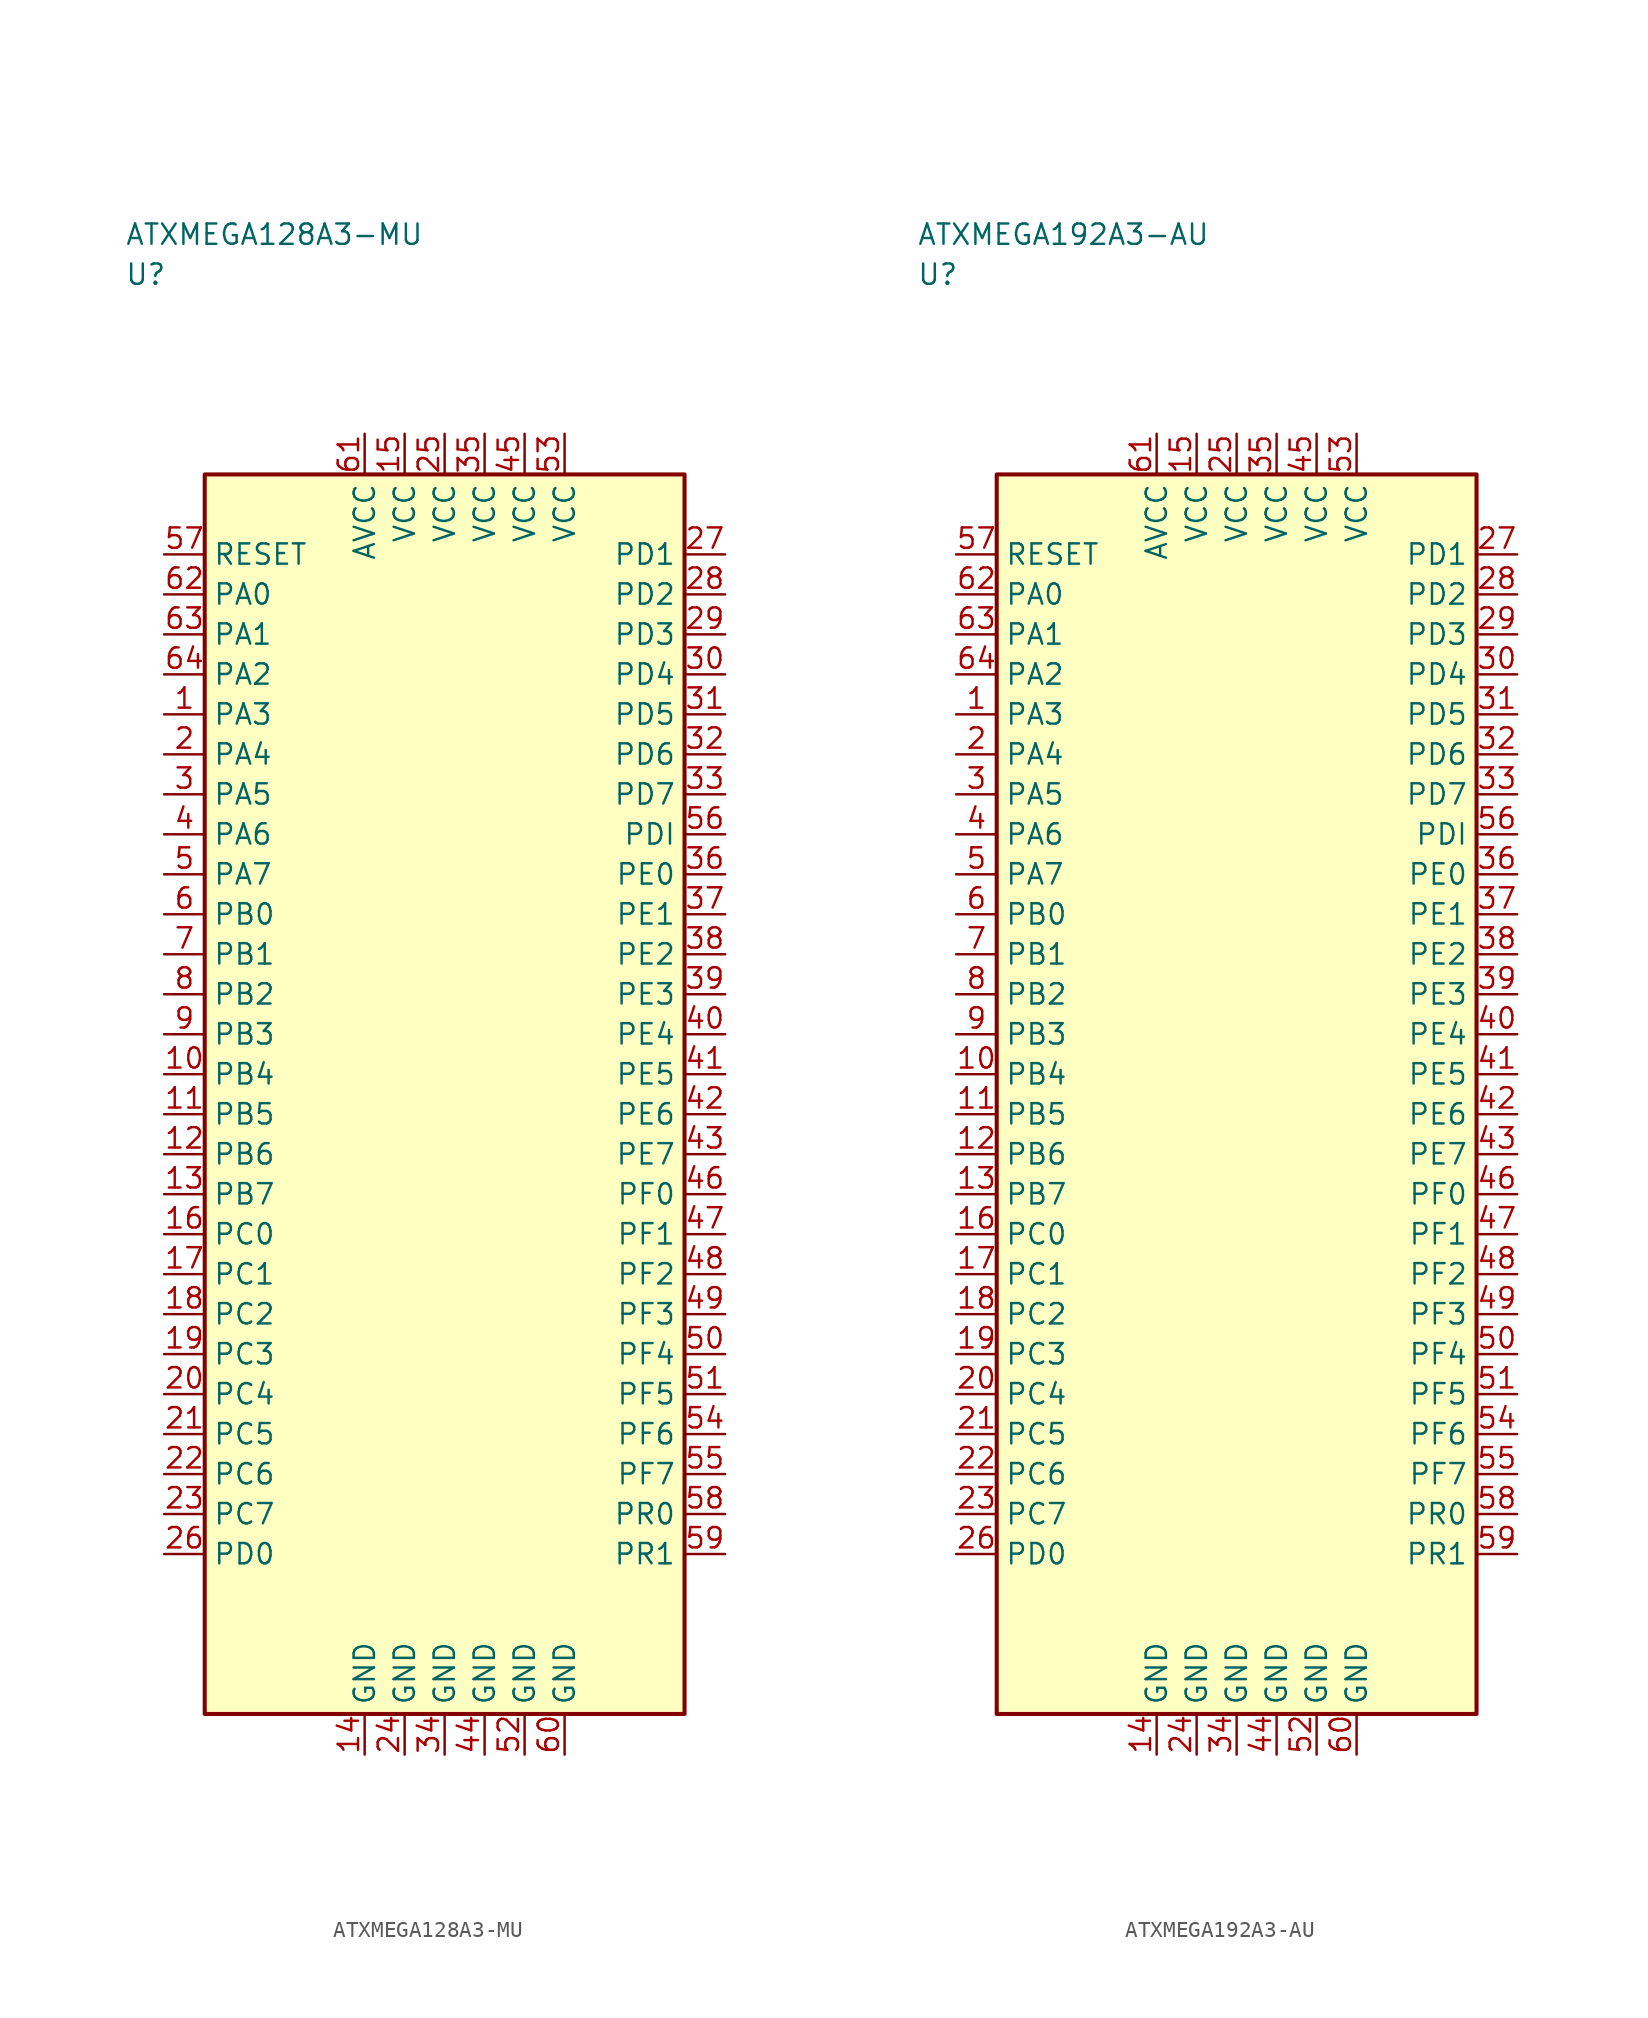
<source format=kicad_sym>
(kicad_symbol_lib
  (version 20241025)
  (generator "kicad_symbol_editor")
  (generator_version "8.0")
  (symbol "ATXMEGA128A3-MU"
    (property "Reference" "U"
      (at -20.0 51.25 0)
      (effects (font (size 1.27 1.27)) (justify left)))
    (property "Value" "ATXMEGA128A3-MU"
      (at -20.0 53.75 0)
      (effects (font (size 1.27 1.27)) (justify left)))
    (symbol "ATXMEGA128A3-MU_0_1"
      (rectangle (start -15.0 38.75) (end 15.0 -38.75) (stroke (width 0.254) (type default)) (fill (type background))))
    (symbol "ATXMEGA128A3-MU_1_1"
      (pin bidirectional line (at -17.54 23.75 0.0) (length 2.54) (name "PA3" (effects (font (size 1.27 1.27)))) (number "1" (effects (font (size 1.27 1.27)))))
      (pin bidirectional line (at -17.54 21.25 0.0) (length 2.54) (name "PA4" (effects (font (size 1.27 1.27)))) (number "2" (effects (font (size 1.27 1.27)))))
      (pin bidirectional line (at -17.54 18.75 0.0) (length 2.54) (name "PA5" (effects (font (size 1.27 1.27)))) (number "3" (effects (font (size 1.27 1.27)))))
      (pin bidirectional line (at -17.54 16.25 0.0) (length 2.54) (name "PA6" (effects (font (size 1.27 1.27)))) (number "4" (effects (font (size 1.27 1.27)))))
      (pin bidirectional line (at -17.54 13.75 0.0) (length 2.54) (name "PA7" (effects (font (size 1.27 1.27)))) (number "5" (effects (font (size 1.27 1.27)))))
      (pin bidirectional line (at -17.54 11.25 0.0) (length 2.54) (name "PB0" (effects (font (size 1.27 1.27)))) (number "6" (effects (font (size 1.27 1.27)))))
      (pin bidirectional line (at -17.54 8.75 0.0) (length 2.54) (name "PB1" (effects (font (size 1.27 1.27)))) (number "7" (effects (font (size 1.27 1.27)))))
      (pin bidirectional line (at -17.54 6.25 0.0) (length 2.54) (name "PB2" (effects (font (size 1.27 1.27)))) (number "8" (effects (font (size 1.27 1.27)))))
      (pin bidirectional line (at -17.54 3.75 0.0) (length 2.54) (name "PB3" (effects (font (size 1.27 1.27)))) (number "9" (effects (font (size 1.27 1.27)))))
      (pin bidirectional line (at -17.54 1.25 0.0) (length 2.54) (name "PB4" (effects (font (size 1.27 1.27)))) (number "10" (effects (font (size 1.27 1.27)))))
      (pin bidirectional line (at -17.54 -1.25 0.0) (length 2.54) (name "PB5" (effects (font (size 1.27 1.27)))) (number "11" (effects (font (size 1.27 1.27)))))
      (pin bidirectional line (at -17.54 -3.75 0.0) (length 2.54) (name "PB6" (effects (font (size 1.27 1.27)))) (number "12" (effects (font (size 1.27 1.27)))))
      (pin bidirectional line (at -17.54 -6.25 0.0) (length 2.54) (name "PB7" (effects (font (size 1.27 1.27)))) (number "13" (effects (font (size 1.27 1.27)))))
      (pin passive line (at -5.0 -41.29 90.0) (length 2.54) (name "GND" (effects (font (size 1.27 1.27)))) (number "14" (effects (font (size 1.27 1.27)))))
      (pin power_in line (at -2.5 41.29 270.0) (length 2.54) (name "VCC" (effects (font (size 1.27 1.27)))) (number "15" (effects (font (size 1.27 1.27)))))
      (pin bidirectional line (at -17.54 -8.75 0.0) (length 2.54) (name "PC0" (effects (font (size 1.27 1.27)))) (number "16" (effects (font (size 1.27 1.27)))))
      (pin bidirectional line (at -17.54 -11.25 0.0) (length 2.54) (name "PC1" (effects (font (size 1.27 1.27)))) (number "17" (effects (font (size 1.27 1.27)))))
      (pin bidirectional line (at -17.54 -13.75 0.0) (length 2.54) (name "PC2" (effects (font (size 1.27 1.27)))) (number "18" (effects (font (size 1.27 1.27)))))
      (pin bidirectional line (at -17.54 -16.25 0.0) (length 2.54) (name "PC3" (effects (font (size 1.27 1.27)))) (number "19" (effects (font (size 1.27 1.27)))))
      (pin bidirectional line (at -17.54 -18.75 0.0) (length 2.54) (name "PC4" (effects (font (size 1.27 1.27)))) (number "20" (effects (font (size 1.27 1.27)))))
      (pin bidirectional line (at -17.54 -21.25 0.0) (length 2.54) (name "PC5" (effects (font (size 1.27 1.27)))) (number "21" (effects (font (size 1.27 1.27)))))
      (pin bidirectional line (at -17.54 -23.75 0.0) (length 2.54) (name "PC6" (effects (font (size 1.27 1.27)))) (number "22" (effects (font (size 1.27 1.27)))))
      (pin bidirectional line (at -17.54 -26.25 0.0) (length 2.54) (name "PC7" (effects (font (size 1.27 1.27)))) (number "23" (effects (font (size 1.27 1.27)))))
      (pin passive line (at -2.5 -41.29 90.0) (length 2.54) (name "GND" (effects (font (size 1.27 1.27)))) (number "24" (effects (font (size 1.27 1.27)))))
      (pin power_in line (at 0.0 41.29 270.0) (length 2.54) (name "VCC" (effects (font (size 1.27 1.27)))) (number "25" (effects (font (size 1.27 1.27)))))
      (pin bidirectional line (at -17.54 -28.75 0.0) (length 2.54) (name "PD0" (effects (font (size 1.27 1.27)))) (number "26" (effects (font (size 1.27 1.27)))))
      (pin bidirectional line (at 17.54 33.75 180.0) (length 2.54) (name "PD1" (effects (font (size 1.27 1.27)))) (number "27" (effects (font (size 1.27 1.27)))))
      (pin bidirectional line (at 17.54 31.25 180.0) (length 2.54) (name "PD2" (effects (font (size 1.27 1.27)))) (number "28" (effects (font (size 1.27 1.27)))))
      (pin bidirectional line (at 17.54 28.75 180.0) (length 2.54) (name "PD3" (effects (font (size 1.27 1.27)))) (number "29" (effects (font (size 1.27 1.27)))))
      (pin bidirectional line (at 17.54 26.25 180.0) (length 2.54) (name "PD4" (effects (font (size 1.27 1.27)))) (number "30" (effects (font (size 1.27 1.27)))))
      (pin bidirectional line (at 17.54 23.75 180.0) (length 2.54) (name "PD5" (effects (font (size 1.27 1.27)))) (number "31" (effects (font (size 1.27 1.27)))))
      (pin bidirectional line (at 17.54 21.25 180.0) (length 2.54) (name "PD6" (effects (font (size 1.27 1.27)))) (number "32" (effects (font (size 1.27 1.27)))))
      (pin bidirectional line (at 17.54 18.75 180.0) (length 2.54) (name "PD7" (effects (font (size 1.27 1.27)))) (number "33" (effects (font (size 1.27 1.27)))))
      (pin passive line (at 0.0 -41.29 90.0) (length 2.54) (name "GND" (effects (font (size 1.27 1.27)))) (number "34" (effects (font (size 1.27 1.27)))))
      (pin power_in line (at 2.5 41.29 270.0) (length 2.54) (name "VCC" (effects (font (size 1.27 1.27)))) (number "35" (effects (font (size 1.27 1.27)))))
      (pin bidirectional line (at 17.54 13.75 180.0) (length 2.54) (name "PE0" (effects (font (size 1.27 1.27)))) (number "36" (effects (font (size 1.27 1.27)))))
      (pin bidirectional line (at 17.54 11.25 180.0) (length 2.54) (name "PE1" (effects (font (size 1.27 1.27)))) (number "37" (effects (font (size 1.27 1.27)))))
      (pin bidirectional line (at 17.54 8.75 180.0) (length 2.54) (name "PE2" (effects (font (size 1.27 1.27)))) (number "38" (effects (font (size 1.27 1.27)))))
      (pin bidirectional line (at 17.54 6.25 180.0) (length 2.54) (name "PE3" (effects (font (size 1.27 1.27)))) (number "39" (effects (font (size 1.27 1.27)))))
      (pin bidirectional line (at 17.54 3.75 180.0) (length 2.54) (name "PE4" (effects (font (size 1.27 1.27)))) (number "40" (effects (font (size 1.27 1.27)))))
      (pin bidirectional line (at 17.54 1.25 180.0) (length 2.54) (name "PE5" (effects (font (size 1.27 1.27)))) (number "41" (effects (font (size 1.27 1.27)))))
      (pin bidirectional line (at 17.54 -1.25 180.0) (length 2.54) (name "PE6" (effects (font (size 1.27 1.27)))) (number "42" (effects (font (size 1.27 1.27)))))
      (pin bidirectional line (at 17.54 -3.75 180.0) (length 2.54) (name "PE7" (effects (font (size 1.27 1.27)))) (number "43" (effects (font (size 1.27 1.27)))))
      (pin passive line (at 2.5 -41.29 90.0) (length 2.54) (name "GND" (effects (font (size 1.27 1.27)))) (number "44" (effects (font (size 1.27 1.27)))))
      (pin power_in line (at 5.0 41.29 270.0) (length 2.54) (name "VCC" (effects (font (size 1.27 1.27)))) (number "45" (effects (font (size 1.27 1.27)))))
      (pin bidirectional line (at 17.54 -6.25 180.0) (length 2.54) (name "PF0" (effects (font (size 1.27 1.27)))) (number "46" (effects (font (size 1.27 1.27)))))
      (pin bidirectional line (at 17.54 -8.75 180.0) (length 2.54) (name "PF1" (effects (font (size 1.27 1.27)))) (number "47" (effects (font (size 1.27 1.27)))))
      (pin bidirectional line (at 17.54 -11.25 180.0) (length 2.54) (name "PF2" (effects (font (size 1.27 1.27)))) (number "48" (effects (font (size 1.27 1.27)))))
      (pin bidirectional line (at 17.54 -13.75 180.0) (length 2.54) (name "PF3" (effects (font (size 1.27 1.27)))) (number "49" (effects (font (size 1.27 1.27)))))
      (pin bidirectional line (at 17.54 -16.25 180.0) (length 2.54) (name "PF4" (effects (font (size 1.27 1.27)))) (number "50" (effects (font (size 1.27 1.27)))))
      (pin bidirectional line (at 17.54 -18.75 180.0) (length 2.54) (name "PF5" (effects (font (size 1.27 1.27)))) (number "51" (effects (font (size 1.27 1.27)))))
      (pin passive line (at 5.0 -41.29 90.0) (length 2.54) (name "GND" (effects (font (size 1.27 1.27)))) (number "52" (effects (font (size 1.27 1.27)))))
      (pin power_in line (at 7.5 41.29 270.0) (length 2.54) (name "VCC" (effects (font (size 1.27 1.27)))) (number "53" (effects (font (size 1.27 1.27)))))
      (pin bidirectional line (at 17.54 -21.25 180.0) (length 2.54) (name "PF6" (effects (font (size 1.27 1.27)))) (number "54" (effects (font (size 1.27 1.27)))))
      (pin bidirectional line (at 17.54 -23.75 180.0) (length 2.54) (name "PF7" (effects (font (size 1.27 1.27)))) (number "55" (effects (font (size 1.27 1.27)))))
      (pin bidirectional line (at 17.54 16.25 180.0) (length 2.54) (name "PDI" (effects (font (size 1.27 1.27)))) (number "56" (effects (font (size 1.27 1.27)))))
      (pin input line (at -17.54 33.75 0.0) (length 2.54) (name "RESET" (effects (font (size 1.27 1.27)))) (number "57" (effects (font (size 1.27 1.27)))))
      (pin bidirectional line (at 17.54 -26.25 180.0) (length 2.54) (name "PR0" (effects (font (size 1.27 1.27)))) (number "58" (effects (font (size 1.27 1.27)))))
      (pin bidirectional line (at 17.54 -28.75 180.0) (length 2.54) (name "PR1" (effects (font (size 1.27 1.27)))) (number "59" (effects (font (size 1.27 1.27)))))
      (pin passive line (at 7.5 -41.29 90.0) (length 2.54) (name "GND" (effects (font (size 1.27 1.27)))) (number "60" (effects (font (size 1.27 1.27)))))
      (pin power_in line (at -5.0 41.29 270.0) (length 2.54) (name "AVCC" (effects (font (size 1.27 1.27)))) (number "61" (effects (font (size 1.27 1.27)))))
      (pin bidirectional line (at -17.54 31.25 0.0) (length 2.54) (name "PA0" (effects (font (size 1.27 1.27)))) (number "62" (effects (font (size 1.27 1.27)))))
      (pin bidirectional line (at -17.54 28.75 0.0) (length 2.54) (name "PA1" (effects (font (size 1.27 1.27)))) (number "63" (effects (font (size 1.27 1.27)))))
      (pin bidirectional line (at -17.54 26.25 0.0) (length 2.54) (name "PA2" (effects (font (size 1.27 1.27)))) (number "64" (effects (font (size 1.27 1.27)))))))
  (symbol "ATXMEGA192A3-AU"
    (property "Reference" "U"
      (at -20.0 51.25 0)
      (effects (font (size 1.27 1.27)) (justify left)))
    (property "Value" "ATXMEGA192A3-AU"
      (at -20.0 53.75 0)
      (effects (font (size 1.27 1.27)) (justify left)))
    (symbol "ATXMEGA192A3-AU_0_1"
      (rectangle (start -15.0 38.75) (end 15.0 -38.75) (stroke (width 0.254) (type default)) (fill (type background))))
    (symbol "ATXMEGA192A3-AU_1_1"
      (pin bidirectional line (at -17.54 23.75 0.0) (length 2.54) (name "PA3" (effects (font (size 1.27 1.27)))) (number "1" (effects (font (size 1.27 1.27)))))
      (pin bidirectional line (at -17.54 21.25 0.0) (length 2.54) (name "PA4" (effects (font (size 1.27 1.27)))) (number "2" (effects (font (size 1.27 1.27)))))
      (pin bidirectional line (at -17.54 18.75 0.0) (length 2.54) (name "PA5" (effects (font (size 1.27 1.27)))) (number "3" (effects (font (size 1.27 1.27)))))
      (pin bidirectional line (at -17.54 16.25 0.0) (length 2.54) (name "PA6" (effects (font (size 1.27 1.27)))) (number "4" (effects (font (size 1.27 1.27)))))
      (pin bidirectional line (at -17.54 13.75 0.0) (length 2.54) (name "PA7" (effects (font (size 1.27 1.27)))) (number "5" (effects (font (size 1.27 1.27)))))
      (pin bidirectional line (at -17.54 11.25 0.0) (length 2.54) (name "PB0" (effects (font (size 1.27 1.27)))) (number "6" (effects (font (size 1.27 1.27)))))
      (pin bidirectional line (at -17.54 8.75 0.0) (length 2.54) (name "PB1" (effects (font (size 1.27 1.27)))) (number "7" (effects (font (size 1.27 1.27)))))
      (pin bidirectional line (at -17.54 6.25 0.0) (length 2.54) (name "PB2" (effects (font (size 1.27 1.27)))) (number "8" (effects (font (size 1.27 1.27)))))
      (pin bidirectional line (at -17.54 3.75 0.0) (length 2.54) (name "PB3" (effects (font (size 1.27 1.27)))) (number "9" (effects (font (size 1.27 1.27)))))
      (pin bidirectional line (at -17.54 1.25 0.0) (length 2.54) (name "PB4" (effects (font (size 1.27 1.27)))) (number "10" (effects (font (size 1.27 1.27)))))
      (pin bidirectional line (at -17.54 -1.25 0.0) (length 2.54) (name "PB5" (effects (font (size 1.27 1.27)))) (number "11" (effects (font (size 1.27 1.27)))))
      (pin bidirectional line (at -17.54 -3.75 0.0) (length 2.54) (name "PB6" (effects (font (size 1.27 1.27)))) (number "12" (effects (font (size 1.27 1.27)))))
      (pin bidirectional line (at -17.54 -6.25 0.0) (length 2.54) (name "PB7" (effects (font (size 1.27 1.27)))) (number "13" (effects (font (size 1.27 1.27)))))
      (pin passive line (at -5.0 -41.29 90.0) (length 2.54) (name "GND" (effects (font (size 1.27 1.27)))) (number "14" (effects (font (size 1.27 1.27)))))
      (pin power_in line (at -2.5 41.29 270.0) (length 2.54) (name "VCC" (effects (font (size 1.27 1.27)))) (number "15" (effects (font (size 1.27 1.27)))))
      (pin bidirectional line (at -17.54 -8.75 0.0) (length 2.54) (name "PC0" (effects (font (size 1.27 1.27)))) (number "16" (effects (font (size 1.27 1.27)))))
      (pin bidirectional line (at -17.54 -11.25 0.0) (length 2.54) (name "PC1" (effects (font (size 1.27 1.27)))) (number "17" (effects (font (size 1.27 1.27)))))
      (pin bidirectional line (at -17.54 -13.75 0.0) (length 2.54) (name "PC2" (effects (font (size 1.27 1.27)))) (number "18" (effects (font (size 1.27 1.27)))))
      (pin bidirectional line (at -17.54 -16.25 0.0) (length 2.54) (name "PC3" (effects (font (size 1.27 1.27)))) (number "19" (effects (font (size 1.27 1.27)))))
      (pin bidirectional line (at -17.54 -18.75 0.0) (length 2.54) (name "PC4" (effects (font (size 1.27 1.27)))) (number "20" (effects (font (size 1.27 1.27)))))
      (pin bidirectional line (at -17.54 -21.25 0.0) (length 2.54) (name "PC5" (effects (font (size 1.27 1.27)))) (number "21" (effects (font (size 1.27 1.27)))))
      (pin bidirectional line (at -17.54 -23.75 0.0) (length 2.54) (name "PC6" (effects (font (size 1.27 1.27)))) (number "22" (effects (font (size 1.27 1.27)))))
      (pin bidirectional line (at -17.54 -26.25 0.0) (length 2.54) (name "PC7" (effects (font (size 1.27 1.27)))) (number "23" (effects (font (size 1.27 1.27)))))
      (pin passive line (at -2.5 -41.29 90.0) (length 2.54) (name "GND" (effects (font (size 1.27 1.27)))) (number "24" (effects (font (size 1.27 1.27)))))
      (pin power_in line (at 0.0 41.29 270.0) (length 2.54) (name "VCC" (effects (font (size 1.27 1.27)))) (number "25" (effects (font (size 1.27 1.27)))))
      (pin bidirectional line (at -17.54 -28.75 0.0) (length 2.54) (name "PD0" (effects (font (size 1.27 1.27)))) (number "26" (effects (font (size 1.27 1.27)))))
      (pin bidirectional line (at 17.54 33.75 180.0) (length 2.54) (name "PD1" (effects (font (size 1.27 1.27)))) (number "27" (effects (font (size 1.27 1.27)))))
      (pin bidirectional line (at 17.54 31.25 180.0) (length 2.54) (name "PD2" (effects (font (size 1.27 1.27)))) (number "28" (effects (font (size 1.27 1.27)))))
      (pin bidirectional line (at 17.54 28.75 180.0) (length 2.54) (name "PD3" (effects (font (size 1.27 1.27)))) (number "29" (effects (font (size 1.27 1.27)))))
      (pin bidirectional line (at 17.54 26.25 180.0) (length 2.54) (name "PD4" (effects (font (size 1.27 1.27)))) (number "30" (effects (font (size 1.27 1.27)))))
      (pin bidirectional line (at 17.54 23.75 180.0) (length 2.54) (name "PD5" (effects (font (size 1.27 1.27)))) (number "31" (effects (font (size 1.27 1.27)))))
      (pin bidirectional line (at 17.54 21.25 180.0) (length 2.54) (name "PD6" (effects (font (size 1.27 1.27)))) (number "32" (effects (font (size 1.27 1.27)))))
      (pin bidirectional line (at 17.54 18.75 180.0) (length 2.54) (name "PD7" (effects (font (size 1.27 1.27)))) (number "33" (effects (font (size 1.27 1.27)))))
      (pin passive line (at 0.0 -41.29 90.0) (length 2.54) (name "GND" (effects (font (size 1.27 1.27)))) (number "34" (effects (font (size 1.27 1.27)))))
      (pin power_in line (at 2.5 41.29 270.0) (length 2.54) (name "VCC" (effects (font (size 1.27 1.27)))) (number "35" (effects (font (size 1.27 1.27)))))
      (pin bidirectional line (at 17.54 13.75 180.0) (length 2.54) (name "PE0" (effects (font (size 1.27 1.27)))) (number "36" (effects (font (size 1.27 1.27)))))
      (pin bidirectional line (at 17.54 11.25 180.0) (length 2.54) (name "PE1" (effects (font (size 1.27 1.27)))) (number "37" (effects (font (size 1.27 1.27)))))
      (pin bidirectional line (at 17.54 8.75 180.0) (length 2.54) (name "PE2" (effects (font (size 1.27 1.27)))) (number "38" (effects (font (size 1.27 1.27)))))
      (pin bidirectional line (at 17.54 6.25 180.0) (length 2.54) (name "PE3" (effects (font (size 1.27 1.27)))) (number "39" (effects (font (size 1.27 1.27)))))
      (pin bidirectional line (at 17.54 3.75 180.0) (length 2.54) (name "PE4" (effects (font (size 1.27 1.27)))) (number "40" (effects (font (size 1.27 1.27)))))
      (pin bidirectional line (at 17.54 1.25 180.0) (length 2.54) (name "PE5" (effects (font (size 1.27 1.27)))) (number "41" (effects (font (size 1.27 1.27)))))
      (pin bidirectional line (at 17.54 -1.25 180.0) (length 2.54) (name "PE6" (effects (font (size 1.27 1.27)))) (number "42" (effects (font (size 1.27 1.27)))))
      (pin bidirectional line (at 17.54 -3.75 180.0) (length 2.54) (name "PE7" (effects (font (size 1.27 1.27)))) (number "43" (effects (font (size 1.27 1.27)))))
      (pin passive line (at 2.5 -41.29 90.0) (length 2.54) (name "GND" (effects (font (size 1.27 1.27)))) (number "44" (effects (font (size 1.27 1.27)))))
      (pin power_in line (at 5.0 41.29 270.0) (length 2.54) (name "VCC" (effects (font (size 1.27 1.27)))) (number "45" (effects (font (size 1.27 1.27)))))
      (pin bidirectional line (at 17.54 -6.25 180.0) (length 2.54) (name "PF0" (effects (font (size 1.27 1.27)))) (number "46" (effects (font (size 1.27 1.27)))))
      (pin bidirectional line (at 17.54 -8.75 180.0) (length 2.54) (name "PF1" (effects (font (size 1.27 1.27)))) (number "47" (effects (font (size 1.27 1.27)))))
      (pin bidirectional line (at 17.54 -11.25 180.0) (length 2.54) (name "PF2" (effects (font (size 1.27 1.27)))) (number "48" (effects (font (size 1.27 1.27)))))
      (pin bidirectional line (at 17.54 -13.75 180.0) (length 2.54) (name "PF3" (effects (font (size 1.27 1.27)))) (number "49" (effects (font (size 1.27 1.27)))))
      (pin bidirectional line (at 17.54 -16.25 180.0) (length 2.54) (name "PF4" (effects (font (size 1.27 1.27)))) (number "50" (effects (font (size 1.27 1.27)))))
      (pin bidirectional line (at 17.54 -18.75 180.0) (length 2.54) (name "PF5" (effects (font (size 1.27 1.27)))) (number "51" (effects (font (size 1.27 1.27)))))
      (pin passive line (at 5.0 -41.29 90.0) (length 2.54) (name "GND" (effects (font (size 1.27 1.27)))) (number "52" (effects (font (size 1.27 1.27)))))
      (pin power_in line (at 7.5 41.29 270.0) (length 2.54) (name "VCC" (effects (font (size 1.27 1.27)))) (number "53" (effects (font (size 1.27 1.27)))))
      (pin bidirectional line (at 17.54 -21.25 180.0) (length 2.54) (name "PF6" (effects (font (size 1.27 1.27)))) (number "54" (effects (font (size 1.27 1.27)))))
      (pin bidirectional line (at 17.54 -23.75 180.0) (length 2.54) (name "PF7" (effects (font (size 1.27 1.27)))) (number "55" (effects (font (size 1.27 1.27)))))
      (pin bidirectional line (at 17.54 16.25 180.0) (length 2.54) (name "PDI" (effects (font (size 1.27 1.27)))) (number "56" (effects (font (size 1.27 1.27)))))
      (pin input line (at -17.54 33.75 0.0) (length 2.54) (name "RESET" (effects (font (size 1.27 1.27)))) (number "57" (effects (font (size 1.27 1.27)))))
      (pin bidirectional line (at 17.54 -26.25 180.0) (length 2.54) (name "PR0" (effects (font (size 1.27 1.27)))) (number "58" (effects (font (size 1.27 1.27)))))
      (pin bidirectional line (at 17.54 -28.75 180.0) (length 2.54) (name "PR1" (effects (font (size 1.27 1.27)))) (number "59" (effects (font (size 1.27 1.27)))))
      (pin passive line (at 7.5 -41.29 90.0) (length 2.54) (name "GND" (effects (font (size 1.27 1.27)))) (number "60" (effects (font (size 1.27 1.27)))))
      (pin power_in line (at -5.0 41.29 270.0) (length 2.54) (name "AVCC" (effects (font (size 1.27 1.27)))) (number "61" (effects (font (size 1.27 1.27)))))
      (pin bidirectional line (at -17.54 31.25 0.0) (length 2.54) (name "PA0" (effects (font (size 1.27 1.27)))) (number "62" (effects (font (size 1.27 1.27)))))
      (pin bidirectional line (at -17.54 28.75 0.0) (length 2.54) (name "PA1" (effects (font (size 1.27 1.27)))) (number "63" (effects (font (size 1.27 1.27)))))
      (pin bidirectional line (at -17.54 26.25 0.0) (length 2.54) (name "PA2" (effects (font (size 1.27 1.27)))) (number "64" (effects (font (size 1.27 1.27))))))))
</source>
